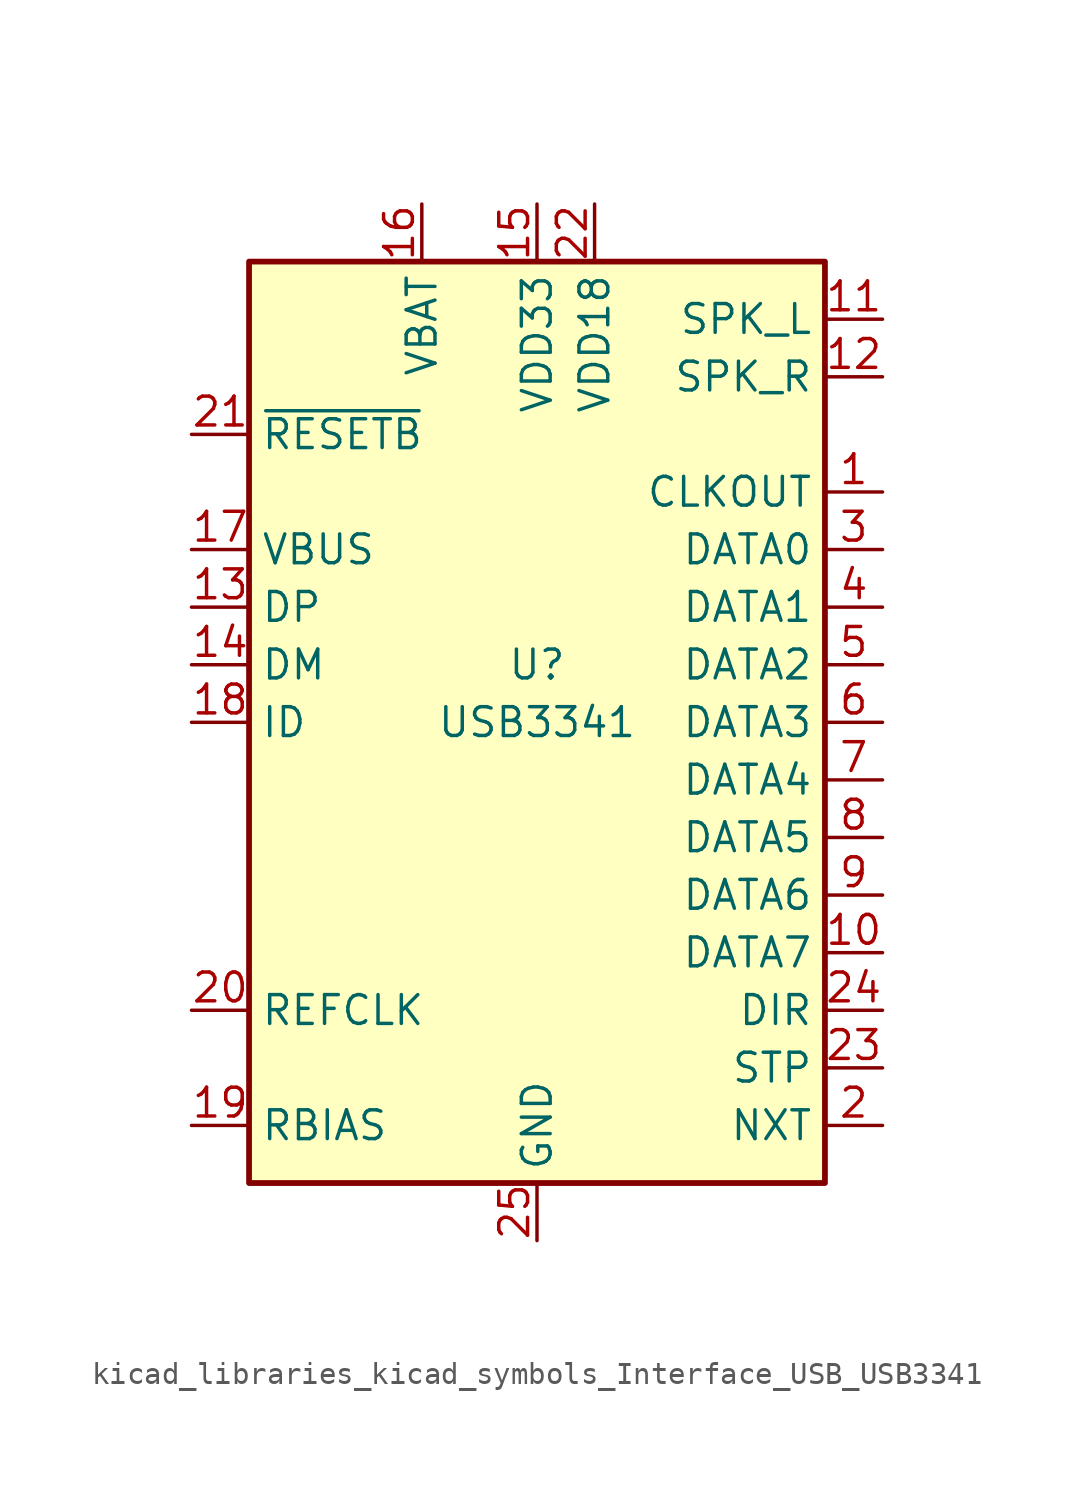
<source format=kicad_sym>
(kicad_symbol_lib
  (version 20220914)
  (generator kicad_symbol_editor)
  (symbol "kicad_libraries_kicad_symbols_Interface_USB_USB3341"
    (property "Reference" "U"
      (at 0 2.54 0)
      (effects (font (size 1.27 1.27))))
    (property "Value" "USB3341"
      (at 0 0 0)
      (effects (font (size 1.27 1.27))))
    (symbol "kicad_libraries_kicad_symbols_Interface_USB_USB3341_0_1"
      (rectangle (start -12.7 20.32) (end 12.7 -20.32) (stroke (width 0.254) (type default)) (fill (type background))))
    (symbol "kicad_libraries_kicad_symbols_Interface_USB_USB3341_1_1"
      (pin output line (at 15.24 10.16 180) (length 2.54) (name "CLKOUT" (effects (font (size 1.27 1.27)))) (number "1" (effects (font (size 1.27 1.27)))))
      (pin bidirectional line (at 15.24 -10.16 180) (length 2.54) (name "DATA7" (effects (font (size 1.27 1.27)))) (number "10" (effects (font (size 1.27 1.27)))))
      (pin bidirectional line (at 15.24 17.78 180) (length 2.54) (name "SPK_L" (effects (font (size 1.27 1.27)))) (number "11" (effects (font (size 1.27 1.27)))))
      (pin bidirectional line (at 15.24 15.24 180) (length 2.54) (name "SPK_R" (effects (font (size 1.27 1.27)))) (number "12" (effects (font (size 1.27 1.27)))))
      (pin bidirectional line (at -15.24 5.08 0) (length 2.54) (name "DP" (effects (font (size 1.27 1.27)))) (number "13" (effects (font (size 1.27 1.27)))))
      (pin bidirectional line (at -15.24 2.54 0) (length 2.54) (name "DM" (effects (font (size 1.27 1.27)))) (number "14" (effects (font (size 1.27 1.27)))))
      (pin power_out line (at 0 22.86 270) (length 2.54) (name "VDD33" (effects (font (size 1.27 1.27)))) (number "15" (effects (font (size 1.27 1.27)))))
      (pin power_in line (at -5.08 22.86 270) (length 2.54) (name "VBAT" (effects (font (size 1.27 1.27)))) (number "16" (effects (font (size 1.27 1.27)))))
      (pin input line (at -15.24 7.62 0) (length 2.54) (name "VBUS" (effects (font (size 1.27 1.27)))) (number "17" (effects (font (size 1.27 1.27)))))
      (pin input line (at -15.24 0 0) (length 2.54) (name "ID" (effects (font (size 1.27 1.27)))) (number "18" (effects (font (size 1.27 1.27)))))
      (pin passive line (at -15.24 -17.78 0) (length 2.54) (name "RBIAS" (effects (font (size 1.27 1.27)))) (number "19" (effects (font (size 1.27 1.27)))))
      (pin output line (at 15.24 -17.78 180) (length 2.54) (name "NXT" (effects (font (size 1.27 1.27)))) (number "2" (effects (font (size 1.27 1.27)))))
      (pin input line (at -15.24 -12.7 0) (length 2.54) (name "REFCLK" (effects (font (size 1.27 1.27)))) (number "20" (effects (font (size 1.27 1.27)))))
      (pin input line (at -15.24 12.7 0) (length 2.54) (name "~{RESETB}" (effects (font (size 1.27 1.27)))) (number "21" (effects (font (size 1.27 1.27)))))
      (pin power_out line (at 2.54 22.86 270) (length 2.54) (name "VDD18" (effects (font (size 1.27 1.27)))) (number "22" (effects (font (size 1.27 1.27)))))
      (pin input line (at 15.24 -15.24 180) (length 2.54) (name "STP" (effects (font (size 1.27 1.27)))) (number "23" (effects (font (size 1.27 1.27)))))
      (pin output line (at 15.24 -12.7 180) (length 2.54) (name "DIR" (effects (font (size 1.27 1.27)))) (number "24" (effects (font (size 1.27 1.27)))))
      (pin power_in line (at 0 -22.86 90) (length 2.54) (name "GND" (effects (font (size 1.27 1.27)))) (number "25" (effects (font (size 1.27 1.27)))))
      (pin bidirectional line (at 15.24 7.62 180) (length 2.54) (name "DATA0" (effects (font (size 1.27 1.27)))) (number "3" (effects (font (size 1.27 1.27)))))
      (pin bidirectional line (at 15.24 5.08 180) (length 2.54) (name "DATA1" (effects (font (size 1.27 1.27)))) (number "4" (effects (font (size 1.27 1.27)))))
      (pin bidirectional line (at 15.24 2.54 180) (length 2.54) (name "DATA2" (effects (font (size 1.27 1.27)))) (number "5" (effects (font (size 1.27 1.27)))))
      (pin bidirectional line (at 15.24 0 180) (length 2.54) (name "DATA3" (effects (font (size 1.27 1.27)))) (number "6" (effects (font (size 1.27 1.27)))))
      (pin bidirectional line (at 15.24 -2.54 180) (length 2.54) (name "DATA4" (effects (font (size 1.27 1.27)))) (number "7" (effects (font (size 1.27 1.27)))))
      (pin bidirectional line (at 15.24 -5.08 180) (length 2.54) (name "DATA5" (effects (font (size 1.27 1.27)))) (number "8" (effects (font (size 1.27 1.27)))))
      (pin bidirectional line (at 15.24 -7.62 180) (length 2.54) (name "DATA6" (effects (font (size 1.27 1.27)))) (number "9" (effects (font (size 1.27 1.27))))))))
</source>
